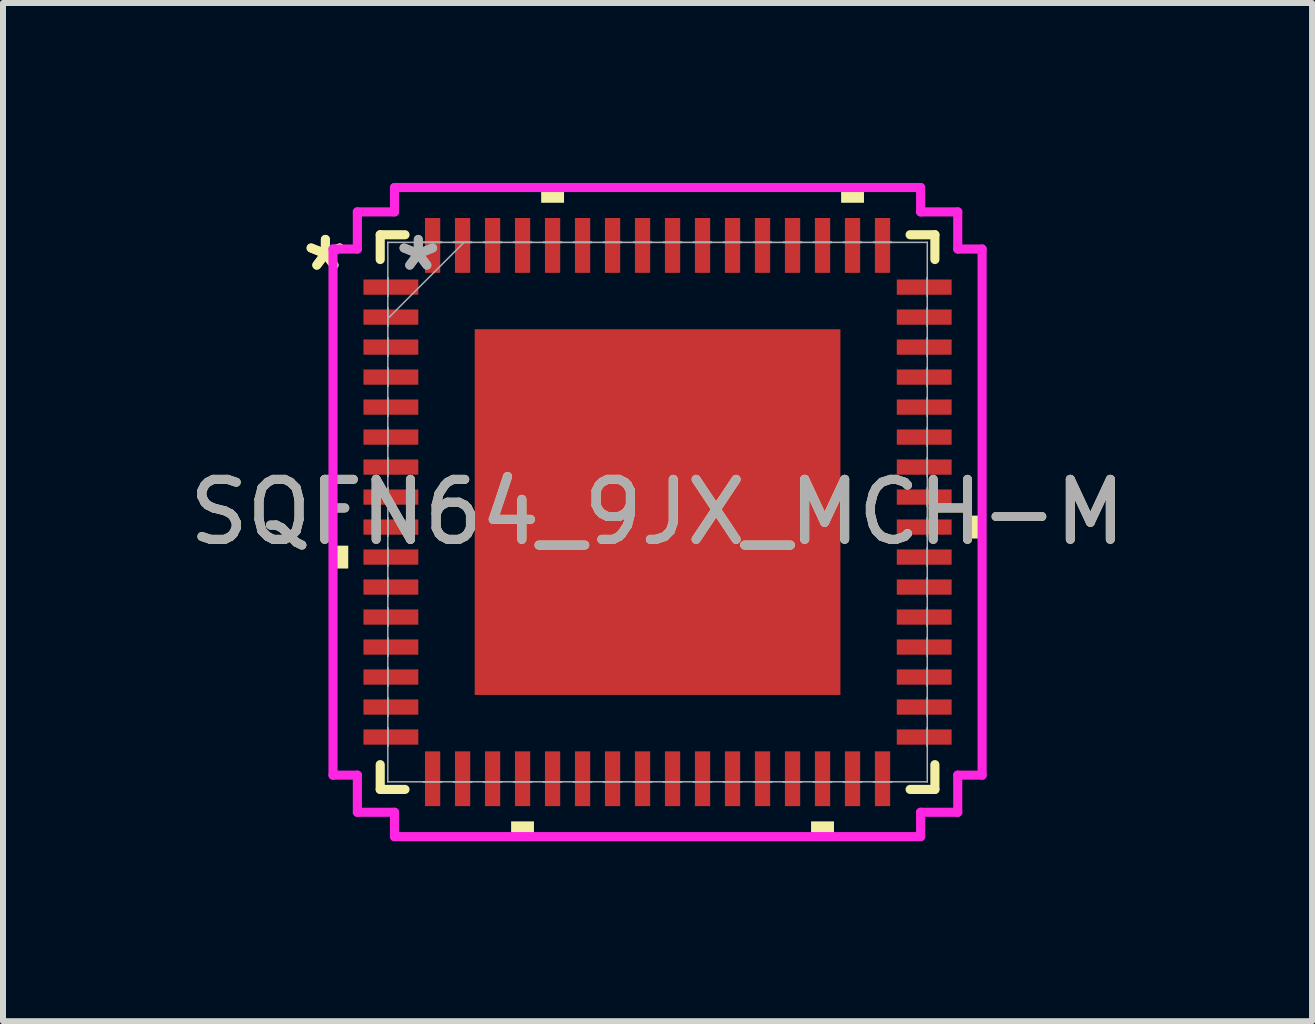
<source format=kicad_pcb>
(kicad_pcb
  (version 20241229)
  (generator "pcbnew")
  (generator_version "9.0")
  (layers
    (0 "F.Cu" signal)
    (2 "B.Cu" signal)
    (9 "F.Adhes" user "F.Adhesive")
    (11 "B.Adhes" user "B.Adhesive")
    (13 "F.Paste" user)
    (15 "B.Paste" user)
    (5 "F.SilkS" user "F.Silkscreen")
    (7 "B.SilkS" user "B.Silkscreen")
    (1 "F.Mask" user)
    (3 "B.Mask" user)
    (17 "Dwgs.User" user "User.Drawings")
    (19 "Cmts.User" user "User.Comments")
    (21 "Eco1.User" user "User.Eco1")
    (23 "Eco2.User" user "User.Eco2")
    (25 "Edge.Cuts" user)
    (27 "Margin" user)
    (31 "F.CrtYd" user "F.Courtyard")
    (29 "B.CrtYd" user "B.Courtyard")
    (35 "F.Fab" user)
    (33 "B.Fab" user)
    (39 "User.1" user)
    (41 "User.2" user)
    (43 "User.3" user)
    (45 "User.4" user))
  (footprint "SQFN64_9JX_MCH-M"
    (layer "F.Cu")
    (at 7.911 5.486)
    (property "Reference" "SQFN64_9JX_MCH-M" (at 0 0 0) (unlocked yes) (layer "F.SilkS") (effects (font (size 1 1) (thickness 0.15))))
    (attr smd)
    (fp_line (start -4.623 -4.623) (end -4.623 -4.21) (stroke (width 0.152) (type solid)) (layer "F.SilkS"))
    (fp_line (start -4.623 4.21) (end -4.623 4.623) (stroke (width 0.152) (type solid)) (layer "F.SilkS"))
    (fp_line (start -4.623 4.623) (end -4.21 4.623) (stroke (width 0.152) (type solid)) (layer "F.SilkS"))
    (fp_line (start -4.21 -4.623) (end -4.623 -4.623) (stroke (width 0.152) (type solid)) (layer "F.SilkS"))
    (fp_line (start 4.21 4.623) (end 4.623 4.623) (stroke (width 0.152) (type solid)) (layer "F.SilkS"))
    (fp_line (start 4.623 -4.623) (end 4.21 -4.623) (stroke (width 0.152) (type solid)) (layer "F.SilkS"))
    (fp_line (start 4.623 -4.21) (end 4.623 -4.623) (stroke (width 0.152) (type solid)) (layer "F.SilkS"))
    (fp_line (start 4.623 4.623) (end 4.623 4.21) (stroke (width 0.152) (type solid)) (layer "F.SilkS"))
    (fp_poly (pts (xy -5.41 0.56) (xy -5.41 0.941) (xy -5.156 0.941) (xy -5.156 0.56)) (stroke (width 0) (type solid)) (fill yes) (layer "F.SilkS"))
    (fp_poly (pts (xy -2.441 5.156) (xy -2.441 5.41) (xy -2.06 5.41) (xy -2.06 5.156)) (stroke (width 0) (type solid)) (fill yes) (layer "F.SilkS"))
    (fp_poly (pts (xy -1.94 -5.156) (xy -1.94 -5.41) (xy -1.559 -5.41) (xy -1.559 -5.156)) (stroke (width 0) (type solid)) (fill yes) (layer "F.SilkS"))
    (fp_poly (pts (xy 2.559 5.156) (xy 2.559 5.41) (xy 2.941 5.41) (xy 2.941 5.156)) (stroke (width 0) (type solid)) (fill yes) (layer "F.SilkS"))
    (fp_poly (pts (xy 3.06 -5.156) (xy 3.06 -5.41) (xy 3.441 -5.41) (xy 3.441 -5.156)) (stroke (width 0) (type solid)) (fill yes) (layer "F.SilkS"))
    (fp_poly (pts (xy 5.41 0.059) (xy 5.41 0.441) (xy 5.156 0.441) (xy 5.156 0.059)) (stroke (width 0) (type solid)) (fill yes) (layer "F.SilkS"))
    (fp_poly (pts (xy -2.948 -2.948) (xy -2.948 -1.624) (xy -1.624 -1.624) (xy -1.624 -2.948)) (stroke (width 0) (type solid)) (fill yes) (layer "F.Paste"))
    (fp_poly (pts (xy -2.948 -1.424) (xy -2.948 -0.1) (xy -1.624 -0.1) (xy -1.624 -1.424)) (stroke (width 0) (type solid)) (fill yes) (layer "F.Paste"))
    (fp_poly (pts (xy -2.948 0.1) (xy -2.948 1.424) (xy -1.624 1.424) (xy -1.624 0.1)) (stroke (width 0) (type solid)) (fill yes) (layer "F.Paste"))
    (fp_poly (pts (xy -2.948 1.624) (xy -2.948 2.948) (xy -1.624 2.948) (xy -1.624 1.624)) (stroke (width 0) (type solid)) (fill yes) (layer "F.Paste"))
    (fp_poly (pts (xy -1.424 -2.948) (xy -1.424 -1.624) (xy -0.1 -1.624) (xy -0.1 -2.948)) (stroke (width 0) (type solid)) (fill yes) (layer "F.Paste"))
    (fp_poly (pts (xy -1.424 -1.424) (xy -1.424 -0.1) (xy -0.1 -0.1) (xy -0.1 -1.424)) (stroke (width 0) (type solid)) (fill yes) (layer "F.Paste"))
    (fp_poly (pts (xy -1.424 0.1) (xy -1.424 1.424) (xy -0.1 1.424) (xy -0.1 0.1)) (stroke (width 0) (type solid)) (fill yes) (layer "F.Paste"))
    (fp_poly (pts (xy -1.424 1.624) (xy -1.424 2.948) (xy -0.1 2.948) (xy -0.1 1.624)) (stroke (width 0) (type solid)) (fill yes) (layer "F.Paste"))
    (fp_poly (pts (xy 0.1 -2.948) (xy 0.1 -1.624) (xy 1.424 -1.624) (xy 1.424 -2.948)) (stroke (width 0) (type solid)) (fill yes) (layer "F.Paste"))
    (fp_poly (pts (xy 0.1 -1.424) (xy 0.1 -0.1) (xy 1.424 -0.1) (xy 1.424 -1.424)) (stroke (width 0) (type solid)) (fill yes) (layer "F.Paste"))
    (fp_poly (pts (xy 0.1 0.1) (xy 0.1 1.424) (xy 1.424 1.424) (xy 1.424 0.1)) (stroke (width 0) (type solid)) (fill yes) (layer "F.Paste"))
    (fp_poly (pts (xy 0.1 1.624) (xy 0.1 2.948) (xy 1.424 2.948) (xy 1.424 1.624)) (stroke (width 0) (type solid)) (fill yes) (layer "F.Paste"))
    (fp_poly (pts (xy 1.624 -2.948) (xy 1.624 -1.624) (xy 2.948 -1.624) (xy 2.948 -2.948)) (stroke (width 0) (type solid)) (fill yes) (layer "F.Paste"))
    (fp_poly (pts (xy 1.624 -1.424) (xy 1.624 -0.1) (xy 2.948 -0.1) (xy 2.948 -1.424)) (stroke (width 0) (type solid)) (fill yes) (layer "F.Paste"))
    (fp_poly (pts (xy 1.624 0.1) (xy 1.624 1.424) (xy 2.948 1.424) (xy 2.948 0.1)) (stroke (width 0) (type solid)) (fill yes) (layer "F.Paste"))
    (fp_poly (pts (xy 1.624 1.624) (xy 1.624 2.948) (xy 2.948 2.948) (xy 2.948 1.624)) (stroke (width 0) (type solid)) (fill yes) (layer "F.Paste"))
    (fp_line (start -5.41 -4.385) (end -5.004 -4.385) (stroke (width 0.152) (type solid)) (layer "F.CrtYd"))
    (fp_line (start -5.41 4.385) (end -5.41 -4.385) (stroke (width 0.152) (type solid)) (layer "F.CrtYd"))
    (fp_line (start -5.004 -5.004) (end -4.385 -5.004) (stroke (width 0.152) (type solid)) (layer "F.CrtYd"))
    (fp_line (start -5.004 -4.385) (end -5.004 -5.004) (stroke (width 0.152) (type solid)) (layer "F.CrtYd"))
    (fp_line (start -5.004 4.385) (end -5.41 4.385) (stroke (width 0.152) (type solid)) (layer "F.CrtYd"))
    (fp_line (start -5.004 5.004) (end -5.004 4.385) (stroke (width 0.152) (type solid)) (layer "F.CrtYd"))
    (fp_line (start -4.385 -5.41) (end 4.385 -5.41) (stroke (width 0.152) (type solid)) (layer "F.CrtYd"))
    (fp_line (start -4.385 -5.004) (end -4.385 -5.41) (stroke (width 0.152) (type solid)) (layer "F.CrtYd"))
    (fp_line (start -4.385 5.004) (end -5.004 5.004) (stroke (width 0.152) (type solid)) (layer "F.CrtYd"))
    (fp_line (start -4.385 5.41) (end -4.385 5.004) (stroke (width 0.152) (type solid)) (layer "F.CrtYd"))
    (fp_line (start 4.385 -5.41) (end 4.385 -5.004) (stroke (width 0.152) (type solid)) (layer "F.CrtYd"))
    (fp_line (start 4.385 -5.004) (end 5.004 -5.004) (stroke (width 0.152) (type solid)) (layer "F.CrtYd"))
    (fp_line (start 4.385 5.004) (end 4.385 5.41) (stroke (width 0.152) (type solid)) (layer "F.CrtYd"))
    (fp_line (start 4.385 5.41) (end -4.385 5.41) (stroke (width 0.152) (type solid)) (layer "F.CrtYd"))
    (fp_line (start 5.004 -5.004) (end 5.004 -4.385) (stroke (width 0.152) (type solid)) (layer "F.CrtYd"))
    (fp_line (start 5.004 -4.385) (end 5.41 -4.385) (stroke (width 0.152) (type solid)) (layer "F.CrtYd"))
    (fp_line (start 5.004 4.385) (end 5.004 5.004) (stroke (width 0.152) (type solid)) (layer "F.CrtYd"))
    (fp_line (start 5.004 5.004) (end 4.385 5.004) (stroke (width 0.152) (type solid)) (layer "F.CrtYd"))
    (fp_line (start 5.41 -4.385) (end 5.41 4.385) (stroke (width 0.152) (type solid)) (layer "F.CrtYd"))
    (fp_line (start 5.41 4.385) (end 5.004 4.385) (stroke (width 0.152) (type solid)) (layer "F.CrtYd"))
    (fp_line (start -4.496 -4.496) (end -4.496 -4.496) (stroke (width 0.025) (type solid)) (layer "F.Fab"))
    (fp_line (start -4.496 -4.496) (end -4.496 4.496) (stroke (width 0.025) (type solid)) (layer "F.Fab"))
    (fp_line (start -4.496 -3.902) (end -4.496 -3.902) (stroke (width 0.025) (type solid)) (layer "F.Fab"))
    (fp_line (start -4.496 -3.902) (end -4.496 -3.598) (stroke (width 0.025) (type solid)) (layer "F.Fab"))
    (fp_line (start -4.496 -3.598) (end -4.496 -3.902) (stroke (width 0.025) (type solid)) (layer "F.Fab"))
    (fp_line (start -4.496 -3.598) (end -4.496 -3.598) (stroke (width 0.025) (type solid)) (layer "F.Fab"))
    (fp_line (start -4.496 -3.402) (end -4.496 -3.402) (stroke (width 0.025) (type solid)) (layer "F.Fab"))
    (fp_line (start -4.496 -3.402) (end -4.496 -3.098) (stroke (width 0.025) (type solid)) (layer "F.Fab"))
    (fp_line (start -4.496 -3.226) (end -3.226 -4.496) (stroke (width 0.025) (type solid)) (layer "F.Fab"))
    (fp_line (start -4.496 -3.098) (end -4.496 -3.402) (stroke (width 0.025) (type solid)) (layer "F.Fab"))
    (fp_line (start -4.496 -3.098) (end -4.496 -3.098) (stroke (width 0.025) (type solid)) (layer "F.Fab"))
    (fp_line (start -4.496 -2.902) (end -4.496 -2.902) (stroke (width 0.025) (type solid)) (layer "F.Fab"))
    (fp_line (start -4.496 -2.902) (end -4.496 -2.598) (stroke (width 0.025) (type solid)) (layer "F.Fab"))
    (fp_line (start -4.496 -2.598) (end -4.496 -2.902) (stroke (width 0.025) (type solid)) (layer "F.Fab"))
    (fp_line (start -4.496 -2.598) (end -4.496 -2.598) (stroke (width 0.025) (type solid)) (layer "F.Fab"))
    (fp_line (start -4.496 -2.402) (end -4.496 -2.402) (stroke (width 0.025) (type solid)) (layer "F.Fab"))
    (fp_line (start -4.496 -2.402) (end -4.496 -2.098) (stroke (width 0.025) (type solid)) (layer "F.Fab"))
    (fp_line (start -4.496 -2.098) (end -4.496 -2.402) (stroke (width 0.025) (type solid)) (layer "F.Fab"))
    (fp_line (start -4.496 -2.098) (end -4.496 -2.098) (stroke (width 0.025) (type solid)) (layer "F.Fab"))
    (fp_line (start -4.496 -1.902) (end -4.496 -1.902) (stroke (width 0.025) (type solid)) (layer "F.Fab"))
    (fp_line (start -4.496 -1.902) (end -4.496 -1.598) (stroke (width 0.025) (type solid)) (layer "F.Fab"))
    (fp_line (start -4.496 -1.598) (end -4.496 -1.902) (stroke (width 0.025) (type solid)) (layer "F.Fab"))
    (fp_line (start -4.496 -1.598) (end -4.496 -1.598) (stroke (width 0.025) (type solid)) (layer "F.Fab"))
    (fp_line (start -4.496 -1.402) (end -4.496 -1.402) (stroke (width 0.025) (type solid)) (layer "F.Fab"))
    (fp_line (start -4.496 -1.402) (end -4.496 -1.098) (stroke (width 0.025) (type solid)) (layer "F.Fab"))
    (fp_line (start -4.496 -1.098) (end -4.496 -1.402) (stroke (width 0.025) (type solid)) (layer "F.Fab"))
    (fp_line (start -4.496 -1.098) (end -4.496 -1.098) (stroke (width 0.025) (type solid)) (layer "F.Fab"))
    (fp_line (start -4.496 -0.902) (end -4.496 -0.902) (stroke (width 0.025) (type solid)) (layer "F.Fab"))
    (fp_line (start -4.496 -0.902) (end -4.496 -0.598) (stroke (width 0.025) (type solid)) (layer "F.Fab"))
    (fp_line (start -4.496 -0.598) (end -4.496 -0.902) (stroke (width 0.025) (type solid)) (layer "F.Fab"))
    (fp_line (start -4.496 -0.598) (end -4.496 -0.598) (stroke (width 0.025) (type solid)) (layer "F.Fab"))
    (fp_line (start -4.496 -0.402) (end -4.496 -0.402) (stroke (width 0.025) (type solid)) (layer "F.Fab"))
    (fp_line (start -4.496 -0.402) (end -4.496 -0.098) (stroke (width 0.025) (type solid)) (layer "F.Fab"))
    (fp_line (start -4.496 -0.098) (end -4.496 -0.402) (stroke (width 0.025) (type solid)) (layer "F.Fab"))
    (fp_line (start -4.496 -0.098) (end -4.496 -0.098) (stroke (width 0.025) (type solid)) (layer "F.Fab"))
    (fp_line (start -4.496 0.098) (end -4.496 0.098) (stroke (width 0.025) (type solid)) (layer "F.Fab"))
    (fp_line (start -4.496 0.098) (end -4.496 0.402) (stroke (width 0.025) (type solid)) (layer "F.Fab"))
    (fp_line (start -4.496 0.402) (end -4.496 0.098) (stroke (width 0.025) (type solid)) (layer "F.Fab"))
    (fp_line (start -4.496 0.402) (end -4.496 0.402) (stroke (width 0.025) (type solid)) (layer "F.Fab"))
    (fp_line (start -4.496 0.598) (end -4.496 0.598) (stroke (width 0.025) (type solid)) (layer "F.Fab"))
    (fp_line (start -4.496 0.598) (end -4.496 0.902) (stroke (width 0.025) (type solid)) (layer "F.Fab"))
    (fp_line (start -4.496 0.902) (end -4.496 0.598) (stroke (width 0.025) (type solid)) (layer "F.Fab"))
    (fp_line (start -4.496 0.902) (end -4.496 0.902) (stroke (width 0.025) (type solid)) (layer "F.Fab"))
    (fp_line (start -4.496 1.098) (end -4.496 1.098) (stroke (width 0.025) (type solid)) (layer "F.Fab"))
    (fp_line (start -4.496 1.098) (end -4.496 1.402) (stroke (width 0.025) (type solid)) (layer "F.Fab"))
    (fp_line (start -4.496 1.402) (end -4.496 1.098) (stroke (width 0.025) (type solid)) (layer "F.Fab"))
    (fp_line (start -4.496 1.402) (end -4.496 1.402) (stroke (width 0.025) (type solid)) (layer "F.Fab"))
    (fp_line (start -4.496 1.598) (end -4.496 1.598) (stroke (width 0.025) (type solid)) (layer "F.Fab"))
    (fp_line (start -4.496 1.598) (end -4.496 1.902) (stroke (width 0.025) (type solid)) (layer "F.Fab"))
    (fp_line (start -4.496 1.902) (end -4.496 1.598) (stroke (width 0.025) (type solid)) (layer "F.Fab"))
    (fp_line (start -4.496 1.902) (end -4.496 1.902) (stroke (width 0.025) (type solid)) (layer "F.Fab"))
    (fp_line (start -4.496 2.098) (end -4.496 2.098) (stroke (width 0.025) (type solid)) (layer "F.Fab"))
    (fp_line (start -4.496 2.098) (end -4.496 2.402) (stroke (width 0.025) (type solid)) (layer "F.Fab"))
    (fp_line (start -4.496 2.402) (end -4.496 2.098) (stroke (width 0.025) (type solid)) (layer "F.Fab"))
    (fp_line (start -4.496 2.402) (end -4.496 2.402) (stroke (width 0.025) (type solid)) (layer "F.Fab"))
    (fp_line (start -4.496 2.598) (end -4.496 2.598) (stroke (width 0.025) (type solid)) (layer "F.Fab"))
    (fp_line (start -4.496 2.598) (end -4.496 2.902) (stroke (width 0.025) (type solid)) (layer "F.Fab"))
    (fp_line (start -4.496 2.902) (end -4.496 2.598) (stroke (width 0.025) (type solid)) (layer "F.Fab"))
    (fp_line (start -4.496 2.902) (end -4.496 2.902) (stroke (width 0.025) (type solid)) (layer "F.Fab"))
    (fp_line (start -4.496 3.098) (end -4.496 3.098) (stroke (width 0.025) (type solid)) (layer "F.Fab"))
    (fp_line (start -4.496 3.098) (end -4.496 3.402) (stroke (width 0.025) (type solid)) (layer "F.Fab"))
    (fp_line (start -4.496 3.402) (end -4.496 3.098) (stroke (width 0.025) (type solid)) (layer "F.Fab"))
    (fp_line (start -4.496 3.402) (end -4.496 3.402) (stroke (width 0.025) (type solid)) (layer "F.Fab"))
    (fp_line (start -4.496 3.598) (end -4.496 3.598) (stroke (width 0.025) (type solid)) (layer "F.Fab"))
    (fp_line (start -4.496 3.598) (end -4.496 3.902) (stroke (width 0.025) (type solid)) (layer "F.Fab"))
    (fp_line (start -4.496 3.902) (end -4.496 3.598) (stroke (width 0.025) (type solid)) (layer "F.Fab"))
    (fp_line (start -4.496 3.902) (end -4.496 3.902) (stroke (width 0.025) (type solid)) (layer "F.Fab"))
    (fp_line (start -4.496 4.496) (end -4.496 4.496) (stroke (width 0.025) (type solid)) (layer "F.Fab"))
    (fp_line (start -4.496 4.496) (end 4.496 4.496) (stroke (width 0.025) (type solid)) (layer "F.Fab"))
    (fp_line (start -3.902 -4.496) (end -3.902 -4.496) (stroke (width 0.025) (type solid)) (layer "F.Fab"))
    (fp_line (start -3.902 -4.496) (end -3.598 -4.496) (stroke (width 0.025) (type solid)) (layer "F.Fab"))
    (fp_line (start -3.902 4.496) (end -3.902 4.496) (stroke (width 0.025) (type solid)) (layer "F.Fab"))
    (fp_line (start -3.902 4.496) (end -3.598 4.496) (stroke (width 0.025) (type solid)) (layer "F.Fab"))
    (fp_line (start -3.598 -4.496) (end -3.902 -4.496) (stroke (width 0.025) (type solid)) (layer "F.Fab"))
    (fp_line (start -3.598 -4.496) (end -3.598 -4.496) (stroke (width 0.025) (type solid)) (layer "F.Fab"))
    (fp_line (start -3.598 4.496) (end -3.902 4.496) (stroke (width 0.025) (type solid)) (layer "F.Fab"))
    (fp_line (start -3.598 4.496) (end -3.598 4.496) (stroke (width 0.025) (type solid)) (layer "F.Fab"))
    (fp_line (start -3.402 -4.496) (end -3.402 -4.496) (stroke (width 0.025) (type solid)) (layer "F.Fab"))
    (fp_line (start -3.402 -4.496) (end -3.098 -4.496) (stroke (width 0.025) (type solid)) (layer "F.Fab"))
    (fp_line (start -3.402 4.496) (end -3.402 4.496) (stroke (width 0.025) (type solid)) (layer "F.Fab"))
    (fp_line (start -3.402 4.496) (end -3.098 4.496) (stroke (width 0.025) (type solid)) (layer "F.Fab"))
    (fp_line (start -3.098 -4.496) (end -3.402 -4.496) (stroke (width 0.025) (type solid)) (layer "F.Fab"))
    (fp_line (start -3.098 -4.496) (end -3.098 -4.496) (stroke (width 0.025) (type solid)) (layer "F.Fab"))
    (fp_line (start -3.098 4.496) (end -3.402 4.496) (stroke (width 0.025) (type solid)) (layer "F.Fab"))
    (fp_line (start -3.098 4.496) (end -3.098 4.496) (stroke (width 0.025) (type solid)) (layer "F.Fab"))
    (fp_line (start -2.902 -4.496) (end -2.902 -4.496) (stroke (width 0.025) (type solid)) (layer "F.Fab"))
    (fp_line (start -2.902 -4.496) (end -2.598 -4.496) (stroke (width 0.025) (type solid)) (layer "F.Fab"))
    (fp_line (start -2.902 4.496) (end -2.902 4.496) (stroke (width 0.025) (type solid)) (layer "F.Fab"))
    (fp_line (start -2.902 4.496) (end -2.598 4.496) (stroke (width 0.025) (type solid)) (layer "F.Fab"))
    (fp_line (start -2.598 -4.496) (end -2.902 -4.496) (stroke (width 0.025) (type solid)) (layer "F.Fab"))
    (fp_line (start -2.598 -4.496) (end -2.598 -4.496) (stroke (width 0.025) (type solid)) (layer "F.Fab"))
    (fp_line (start -2.598 4.496) (end -2.902 4.496) (stroke (width 0.025) (type solid)) (layer "F.Fab"))
    (fp_line (start -2.598 4.496) (end -2.598 4.496) (stroke (width 0.025) (type solid)) (layer "F.Fab"))
    (fp_line (start -2.402 -4.496) (end -2.402 -4.496) (stroke (width 0.025) (type solid)) (layer "F.Fab"))
    (fp_line (start -2.402 -4.496) (end -2.098 -4.496) (stroke (width 0.025) (type solid)) (layer "F.Fab"))
    (fp_line (start -2.402 4.496) (end -2.402 4.496) (stroke (width 0.025) (type solid)) (layer "F.Fab"))
    (fp_line (start -2.402 4.496) (end -2.098 4.496) (stroke (width 0.025) (type solid)) (layer "F.Fab"))
    (fp_line (start -2.098 -4.496) (end -2.402 -4.496) (stroke (width 0.025) (type solid)) (layer "F.Fab"))
    (fp_line (start -2.098 -4.496) (end -2.098 -4.496) (stroke (width 0.025) (type solid)) (layer "F.Fab"))
    (fp_line (start -2.098 4.496) (end -2.402 4.496) (stroke (width 0.025) (type solid)) (layer "F.Fab"))
    (fp_line (start -2.098 4.496) (end -2.098 4.496) (stroke (width 0.025) (type solid)) (layer "F.Fab"))
    (fp_line (start -1.902 -4.496) (end -1.902 -4.496) (stroke (width 0.025) (type solid)) (layer "F.Fab"))
    (fp_line (start -1.902 -4.496) (end -1.598 -4.496) (stroke (width 0.025) (type solid)) (layer "F.Fab"))
    (fp_line (start -1.902 4.496) (end -1.902 4.496) (stroke (width 0.025) (type solid)) (layer "F.Fab"))
    (fp_line (start -1.902 4.496) (end -1.598 4.496) (stroke (width 0.025) (type solid)) (layer "F.Fab"))
    (fp_line (start -1.598 -4.496) (end -1.902 -4.496) (stroke (width 0.025) (type solid)) (layer "F.Fab"))
    (fp_line (start -1.598 -4.496) (end -1.598 -4.496) (stroke (width 0.025) (type solid)) (layer "F.Fab"))
    (fp_line (start -1.598 4.496) (end -1.902 4.496) (stroke (width 0.025) (type solid)) (layer "F.Fab"))
    (fp_line (start -1.598 4.496) (end -1.598 4.496) (stroke (width 0.025) (type solid)) (layer "F.Fab"))
    (fp_line (start -1.402 -4.496) (end -1.402 -4.496) (stroke (width 0.025) (type solid)) (layer "F.Fab"))
    (fp_line (start -1.402 -4.496) (end -1.098 -4.496) (stroke (width 0.025) (type solid)) (layer "F.Fab"))
    (fp_line (start -1.402 4.496) (end -1.402 4.496) (stroke (width 0.025) (type solid)) (layer "F.Fab"))
    (fp_line (start -1.402 4.496) (end -1.098 4.496) (stroke (width 0.025) (type solid)) (layer "F.Fab"))
    (fp_line (start -1.098 -4.496) (end -1.402 -4.496) (stroke (width 0.025) (type solid)) (layer "F.Fab"))
    (fp_line (start -1.098 -4.496) (end -1.098 -4.496) (stroke (width 0.025) (type solid)) (layer "F.Fab"))
    (fp_line (start -1.098 4.496) (end -1.402 4.496) (stroke (width 0.025) (type solid)) (layer "F.Fab"))
    (fp_line (start -1.098 4.496) (end -1.098 4.496) (stroke (width 0.025) (type solid)) (layer "F.Fab"))
    (fp_line (start -0.902 -4.496) (end -0.902 -4.496) (stroke (width 0.025) (type solid)) (layer "F.Fab"))
    (fp_line (start -0.902 -4.496) (end -0.598 -4.496) (stroke (width 0.025) (type solid)) (layer "F.Fab"))
    (fp_line (start -0.902 4.496) (end -0.902 4.496) (stroke (width 0.025) (type solid)) (layer "F.Fab"))
    (fp_line (start -0.902 4.496) (end -0.598 4.496) (stroke (width 0.025) (type solid)) (layer "F.Fab"))
    (fp_line (start -0.598 -4.496) (end -0.902 -4.496) (stroke (width 0.025) (type solid)) (layer "F.Fab"))
    (fp_line (start -0.598 -4.496) (end -0.598 -4.496) (stroke (width 0.025) (type solid)) (layer "F.Fab"))
    (fp_line (start -0.598 4.496) (end -0.902 4.496) (stroke (width 0.025) (type solid)) (layer "F.Fab"))
    (fp_line (start -0.598 4.496) (end -0.598 4.496) (stroke (width 0.025) (type solid)) (layer "F.Fab"))
    (fp_line (start -0.402 -4.496) (end -0.402 -4.496) (stroke (width 0.025) (type solid)) (layer "F.Fab"))
    (fp_line (start -0.402 -4.496) (end -0.098 -4.496) (stroke (width 0.025) (type solid)) (layer "F.Fab"))
    (fp_line (start -0.402 4.496) (end -0.402 4.496) (stroke (width 0.025) (type solid)) (layer "F.Fab"))
    (fp_line (start -0.402 4.496) (end -0.098 4.496) (stroke (width 0.025) (type solid)) (layer "F.Fab"))
    (fp_line (start -0.098 -4.496) (end -0.402 -4.496) (stroke (width 0.025) (type solid)) (layer "F.Fab"))
    (fp_line (start -0.098 -4.496) (end -0.098 -4.496) (stroke (width 0.025) (type solid)) (layer "F.Fab"))
    (fp_line (start -0.098 4.496) (end -0.402 4.496) (stroke (width 0.025) (type solid)) (layer "F.Fab"))
    (fp_line (start -0.098 4.496) (end -0.098 4.496) (stroke (width 0.025) (type solid)) (layer "F.Fab"))
    (fp_line (start 0.098 -4.496) (end 0.098 -4.496) (stroke (width 0.025) (type solid)) (layer "F.Fab"))
    (fp_line (start 0.098 -4.496) (end 0.402 -4.496) (stroke (width 0.025) (type solid)) (layer "F.Fab"))
    (fp_line (start 0.098 4.496) (end 0.098 4.496) (stroke (width 0.025) (type solid)) (layer "F.Fab"))
    (fp_line (start 0.098 4.496) (end 0.402 4.496) (stroke (width 0.025) (type solid)) (layer "F.Fab"))
    (fp_line (start 0.402 -4.496) (end 0.098 -4.496) (stroke (width 0.025) (type solid)) (layer "F.Fab"))
    (fp_line (start 0.402 -4.496) (end 0.402 -4.496) (stroke (width 0.025) (type solid)) (layer "F.Fab"))
    (fp_line (start 0.402 4.496) (end 0.098 4.496) (stroke (width 0.025) (type solid)) (layer "F.Fab"))
    (fp_line (start 0.402 4.496) (end 0.402 4.496) (stroke (width 0.025) (type solid)) (layer "F.Fab"))
    (fp_line (start 0.598 -4.496) (end 0.598 -4.496) (stroke (width 0.025) (type solid)) (layer "F.Fab"))
    (fp_line (start 0.598 -4.496) (end 0.902 -4.496) (stroke (width 0.025) (type solid)) (layer "F.Fab"))
    (fp_line (start 0.598 4.496) (end 0.598 4.496) (stroke (width 0.025) (type solid)) (layer "F.Fab"))
    (fp_line (start 0.598 4.496) (end 0.902 4.496) (stroke (width 0.025) (type solid)) (layer "F.Fab"))
    (fp_line (start 0.902 -4.496) (end 0.598 -4.496) (stroke (width 0.025) (type solid)) (layer "F.Fab"))
    (fp_line (start 0.902 -4.496) (end 0.902 -4.496) (stroke (width 0.025) (type solid)) (layer "F.Fab"))
    (fp_line (start 0.902 4.496) (end 0.598 4.496) (stroke (width 0.025) (type solid)) (layer "F.Fab"))
    (fp_line (start 0.902 4.496) (end 0.902 4.496) (stroke (width 0.025) (type solid)) (layer "F.Fab"))
    (fp_line (start 1.098 -4.496) (end 1.098 -4.496) (stroke (width 0.025) (type solid)) (layer "F.Fab"))
    (fp_line (start 1.098 -4.496) (end 1.402 -4.496) (stroke (width 0.025) (type solid)) (layer "F.Fab"))
    (fp_line (start 1.098 4.496) (end 1.098 4.496) (stroke (width 0.025) (type solid)) (layer "F.Fab"))
    (fp_line (start 1.098 4.496) (end 1.402 4.496) (stroke (width 0.025) (type solid)) (layer "F.Fab"))
    (fp_line (start 1.402 -4.496) (end 1.098 -4.496) (stroke (width 0.025) (type solid)) (layer "F.Fab"))
    (fp_line (start 1.402 -4.496) (end 1.402 -4.496) (stroke (width 0.025) (type solid)) (layer "F.Fab"))
    (fp_line (start 1.402 4.496) (end 1.098 4.496) (stroke (width 0.025) (type solid)) (layer "F.Fab"))
    (fp_line (start 1.402 4.496) (end 1.402 4.496) (stroke (width 0.025) (type solid)) (layer "F.Fab"))
    (fp_line (start 1.598 -4.496) (end 1.598 -4.496) (stroke (width 0.025) (type solid)) (layer "F.Fab"))
    (fp_line (start 1.598 -4.496) (end 1.902 -4.496) (stroke (width 0.025) (type solid)) (layer "F.Fab"))
    (fp_line (start 1.598 4.496) (end 1.598 4.496) (stroke (width 0.025) (type solid)) (layer "F.Fab"))
    (fp_line (start 1.598 4.496) (end 1.902 4.496) (stroke (width 0.025) (type solid)) (layer "F.Fab"))
    (fp_line (start 1.902 -4.496) (end 1.598 -4.496) (stroke (width 0.025) (type solid)) (layer "F.Fab"))
    (fp_line (start 1.902 -4.496) (end 1.902 -4.496) (stroke (width 0.025) (type solid)) (layer "F.Fab"))
    (fp_line (start 1.902 4.496) (end 1.598 4.496) (stroke (width 0.025) (type solid)) (layer "F.Fab"))
    (fp_line (start 1.902 4.496) (end 1.902 4.496) (stroke (width 0.025) (type solid)) (layer "F.Fab"))
    (fp_line (start 2.098 -4.496) (end 2.098 -4.496) (stroke (width 0.025) (type solid)) (layer "F.Fab"))
    (fp_line (start 2.098 -4.496) (end 2.402 -4.496) (stroke (width 0.025) (type solid)) (layer "F.Fab"))
    (fp_line (start 2.098 4.496) (end 2.098 4.496) (stroke (width 0.025) (type solid)) (layer "F.Fab"))
    (fp_line (start 2.098 4.496) (end 2.402 4.496) (stroke (width 0.025) (type solid)) (layer "F.Fab"))
    (fp_line (start 2.402 -4.496) (end 2.098 -4.496) (stroke (width 0.025) (type solid)) (layer "F.Fab"))
    (fp_line (start 2.402 -4.496) (end 2.402 -4.496) (stroke (width 0.025) (type solid)) (layer "F.Fab"))
    (fp_line (start 2.402 4.496) (end 2.098 4.496) (stroke (width 0.025) (type solid)) (layer "F.Fab"))
    (fp_line (start 2.402 4.496) (end 2.402 4.496) (stroke (width 0.025) (type solid)) (layer "F.Fab"))
    (fp_line (start 2.598 -4.496) (end 2.598 -4.496) (stroke (width 0.025) (type solid)) (layer "F.Fab"))
    (fp_line (start 2.598 -4.496) (end 2.902 -4.496) (stroke (width 0.025) (type solid)) (layer "F.Fab"))
    (fp_line (start 2.598 4.496) (end 2.598 4.496) (stroke (width 0.025) (type solid)) (layer "F.Fab"))
    (fp_line (start 2.598 4.496) (end 2.902 4.496) (stroke (width 0.025) (type solid)) (layer "F.Fab"))
    (fp_line (start 2.902 -4.496) (end 2.598 -4.496) (stroke (width 0.025) (type solid)) (layer "F.Fab"))
    (fp_line (start 2.902 -4.496) (end 2.902 -4.496) (stroke (width 0.025) (type solid)) (layer "F.Fab"))
    (fp_line (start 2.902 4.496) (end 2.598 4.496) (stroke (width 0.025) (type solid)) (layer "F.Fab"))
    (fp_line (start 2.902 4.496) (end 2.902 4.496) (stroke (width 0.025) (type solid)) (layer "F.Fab"))
    (fp_line (start 3.098 -4.496) (end 3.098 -4.496) (stroke (width 0.025) (type solid)) (layer "F.Fab"))
    (fp_line (start 3.098 -4.496) (end 3.402 -4.496) (stroke (width 0.025) (type solid)) (layer "F.Fab"))
    (fp_line (start 3.098 4.496) (end 3.098 4.496) (stroke (width 0.025) (type solid)) (layer "F.Fab"))
    (fp_line (start 3.098 4.496) (end 3.402 4.496) (stroke (width 0.025) (type solid)) (layer "F.Fab"))
    (fp_line (start 3.402 -4.496) (end 3.098 -4.496) (stroke (width 0.025) (type solid)) (layer "F.Fab"))
    (fp_line (start 3.402 -4.496) (end 3.402 -4.496) (stroke (width 0.025) (type solid)) (layer "F.Fab"))
    (fp_line (start 3.402 4.496) (end 3.098 4.496) (stroke (width 0.025) (type solid)) (layer "F.Fab"))
    (fp_line (start 3.402 4.496) (end 3.402 4.496) (stroke (width 0.025) (type solid)) (layer "F.Fab"))
    (fp_line (start 3.598 -4.496) (end 3.598 -4.496) (stroke (width 0.025) (type solid)) (layer "F.Fab"))
    (fp_line (start 3.598 -4.496) (end 3.902 -4.496) (stroke (width 0.025) (type solid)) (layer "F.Fab"))
    (fp_line (start 3.598 4.496) (end 3.598 4.496) (stroke (width 0.025) (type solid)) (layer "F.Fab"))
    (fp_line (start 3.598 4.496) (end 3.902 4.496) (stroke (width 0.025) (type solid)) (layer "F.Fab"))
    (fp_line (start 3.902 -4.496) (end 3.598 -4.496) (stroke (width 0.025) (type solid)) (layer "F.Fab"))
    (fp_line (start 3.902 -4.496) (end 3.902 -4.496) (stroke (width 0.025) (type solid)) (layer "F.Fab"))
    (fp_line (start 3.902 4.496) (end 3.598 4.496) (stroke (width 0.025) (type solid)) (layer "F.Fab"))
    (fp_line (start 3.902 4.496) (end 3.902 4.496) (stroke (width 0.025) (type solid)) (layer "F.Fab"))
    (fp_line (start 4.496 -4.496) (end -4.496 -4.496) (stroke (width 0.025) (type solid)) (layer "F.Fab"))
    (fp_line (start 4.496 -4.496) (end 4.496 -4.496) (stroke (width 0.025) (type solid)) (layer "F.Fab"))
    (fp_line (start 4.496 -3.902) (end 4.496 -3.902) (stroke (width 0.025) (type solid)) (layer "F.Fab"))
    (fp_line (start 4.496 -3.902) (end 4.496 -3.598) (stroke (width 0.025) (type solid)) (layer "F.Fab"))
    (fp_line (start 4.496 -3.598) (end 4.496 -3.902) (stroke (width 0.025) (type solid)) (layer "F.Fab"))
    (fp_line (start 4.496 -3.598) (end 4.496 -3.598) (stroke (width 0.025) (type solid)) (layer "F.Fab"))
    (fp_line (start 4.496 -3.402) (end 4.496 -3.402) (stroke (width 0.025) (type solid)) (layer "F.Fab"))
    (fp_line (start 4.496 -3.402) (end 4.496 -3.098) (stroke (width 0.025) (type solid)) (layer "F.Fab"))
    (fp_line (start 4.496 -3.098) (end 4.496 -3.402) (stroke (width 0.025) (type solid)) (layer "F.Fab"))
    (fp_line (start 4.496 -3.098) (end 4.496 -3.098) (stroke (width 0.025) (type solid)) (layer "F.Fab"))
    (fp_line (start 4.496 -2.902) (end 4.496 -2.902) (stroke (width 0.025) (type solid)) (layer "F.Fab"))
    (fp_line (start 4.496 -2.902) (end 4.496 -2.598) (stroke (width 0.025) (type solid)) (layer "F.Fab"))
    (fp_line (start 4.496 -2.598) (end 4.496 -2.902) (stroke (width 0.025) (type solid)) (layer "F.Fab"))
    (fp_line (start 4.496 -2.598) (end 4.496 -2.598) (stroke (width 0.025) (type solid)) (layer "F.Fab"))
    (fp_line (start 4.496 -2.402) (end 4.496 -2.402) (stroke (width 0.025) (type solid)) (layer "F.Fab"))
    (fp_line (start 4.496 -2.402) (end 4.496 -2.098) (stroke (width 0.025) (type solid)) (layer "F.Fab"))
    (fp_line (start 4.496 -2.098) (end 4.496 -2.402) (stroke (width 0.025) (type solid)) (layer "F.Fab"))
    (fp_line (start 4.496 -2.098) (end 4.496 -2.098) (stroke (width 0.025) (type solid)) (layer "F.Fab"))
    (fp_line (start 4.496 -1.902) (end 4.496 -1.902) (stroke (width 0.025) (type solid)) (layer "F.Fab"))
    (fp_line (start 4.496 -1.902) (end 4.496 -1.598) (stroke (width 0.025) (type solid)) (layer "F.Fab"))
    (fp_line (start 4.496 -1.598) (end 4.496 -1.902) (stroke (width 0.025) (type solid)) (layer "F.Fab"))
    (fp_line (start 4.496 -1.598) (end 4.496 -1.598) (stroke (width 0.025) (type solid)) (layer "F.Fab"))
    (fp_line (start 4.496 -1.402) (end 4.496 -1.402) (stroke (width 0.025) (type solid)) (layer "F.Fab"))
    (fp_line (start 4.496 -1.402) (end 4.496 -1.098) (stroke (width 0.025) (type solid)) (layer "F.Fab"))
    (fp_line (start 4.496 -1.098) (end 4.496 -1.402) (stroke (width 0.025) (type solid)) (layer "F.Fab"))
    (fp_line (start 4.496 -1.098) (end 4.496 -1.098) (stroke (width 0.025) (type solid)) (layer "F.Fab"))
    (fp_line (start 4.496 -0.902) (end 4.496 -0.902) (stroke (width 0.025) (type solid)) (layer "F.Fab"))
    (fp_line (start 4.496 -0.902) (end 4.496 -0.598) (stroke (width 0.025) (type solid)) (layer "F.Fab"))
    (fp_line (start 4.496 -0.598) (end 4.496 -0.902) (stroke (width 0.025) (type solid)) (layer "F.Fab"))
    (fp_line (start 4.496 -0.598) (end 4.496 -0.598) (stroke (width 0.025) (type solid)) (layer "F.Fab"))
    (fp_line (start 4.496 -0.402) (end 4.496 -0.402) (stroke (width 0.025) (type solid)) (layer "F.Fab"))
    (fp_line (start 4.496 -0.402) (end 4.496 -0.098) (stroke (width 0.025) (type solid)) (layer "F.Fab"))
    (fp_line (start 4.496 -0.098) (end 4.496 -0.402) (stroke (width 0.025) (type solid)) (layer "F.Fab"))
    (fp_line (start 4.496 -0.098) (end 4.496 -0.098) (stroke (width 0.025) (type solid)) (layer "F.Fab"))
    (fp_line (start 4.496 0.098) (end 4.496 0.098) (stroke (width 0.025) (type solid)) (layer "F.Fab"))
    (fp_line (start 4.496 0.098) (end 4.496 0.402) (stroke (width 0.025) (type solid)) (layer "F.Fab"))
    (fp_line (start 4.496 0.402) (end 4.496 0.098) (stroke (width 0.025) (type solid)) (layer "F.Fab"))
    (fp_line (start 4.496 0.402) (end 4.496 0.402) (stroke (width 0.025) (type solid)) (layer "F.Fab"))
    (fp_line (start 4.496 0.598) (end 4.496 0.598) (stroke (width 0.025) (type solid)) (layer "F.Fab"))
    (fp_line (start 4.496 0.598) (end 4.496 0.902) (stroke (width 0.025) (type solid)) (layer "F.Fab"))
    (fp_line (start 4.496 0.902) (end 4.496 0.598) (stroke (width 0.025) (type solid)) (layer "F.Fab"))
    (fp_line (start 4.496 0.902) (end 4.496 0.902) (stroke (width 0.025) (type solid)) (layer "F.Fab"))
    (fp_line (start 4.496 1.098) (end 4.496 1.098) (stroke (width 0.025) (type solid)) (layer "F.Fab"))
    (fp_line (start 4.496 1.098) (end 4.496 1.402) (stroke (width 0.025) (type solid)) (layer "F.Fab"))
    (fp_line (start 4.496 1.402) (end 4.496 1.098) (stroke (width 0.025) (type solid)) (layer "F.Fab"))
    (fp_line (start 4.496 1.402) (end 4.496 1.402) (stroke (width 0.025) (type solid)) (layer "F.Fab"))
    (fp_line (start 4.496 1.598) (end 4.496 1.598) (stroke (width 0.025) (type solid)) (layer "F.Fab"))
    (fp_line (start 4.496 1.598) (end 4.496 1.902) (stroke (width 0.025) (type solid)) (layer "F.Fab"))
    (fp_line (start 4.496 1.902) (end 4.496 1.598) (stroke (width 0.025) (type solid)) (layer "F.Fab"))
    (fp_line (start 4.496 1.902) (end 4.496 1.902) (stroke (width 0.025) (type solid)) (layer "F.Fab"))
    (fp_line (start 4.496 2.098) (end 4.496 2.098) (stroke (width 0.025) (type solid)) (layer "F.Fab"))
    (fp_line (start 4.496 2.098) (end 4.496 2.402) (stroke (width 0.025) (type solid)) (layer "F.Fab"))
    (fp_line (start 4.496 2.402) (end 4.496 2.098) (stroke (width 0.025) (type solid)) (layer "F.Fab"))
    (fp_line (start 4.496 2.402) (end 4.496 2.402) (stroke (width 0.025) (type solid)) (layer "F.Fab"))
    (fp_line (start 4.496 2.598) (end 4.496 2.598) (stroke (width 0.025) (type solid)) (layer "F.Fab"))
    (fp_line (start 4.496 2.598) (end 4.496 2.902) (stroke (width 0.025) (type solid)) (layer "F.Fab"))
    (fp_line (start 4.496 2.902) (end 4.496 2.598) (stroke (width 0.025) (type solid)) (layer "F.Fab"))
    (fp_line (start 4.496 2.902) (end 4.496 2.902) (stroke (width 0.025) (type solid)) (layer "F.Fab"))
    (fp_line (start 4.496 3.098) (end 4.496 3.098) (stroke (width 0.025) (type solid)) (layer "F.Fab"))
    (fp_line (start 4.496 3.098) (end 4.496 3.402) (stroke (width 0.025) (type solid)) (layer "F.Fab"))
    (fp_line (start 4.496 3.402) (end 4.496 3.098) (stroke (width 0.025) (type solid)) (layer "F.Fab"))
    (fp_line (start 4.496 3.402) (end 4.496 3.402) (stroke (width 0.025) (type solid)) (layer "F.Fab"))
    (fp_line (start 4.496 3.598) (end 4.496 3.598) (stroke (width 0.025) (type solid)) (layer "F.Fab"))
    (fp_line (start 4.496 3.598) (end 4.496 3.902) (stroke (width 0.025) (type solid)) (layer "F.Fab"))
    (fp_line (start 4.496 3.902) (end 4.496 3.598) (stroke (width 0.025) (type solid)) (layer "F.Fab"))
    (fp_line (start 4.496 3.902) (end 4.496 3.902) (stroke (width 0.025) (type solid)) (layer "F.Fab"))
    (fp_line (start 4.496 4.496) (end 4.496 -4.496) (stroke (width 0.025) (type solid)) (layer "F.Fab"))
    (fp_line (start 4.496 4.496) (end 4.496 4.496) (stroke (width 0.025) (type solid)) (layer "F.Fab"))
    (fp_text user "*" (at -5.537 -4 0) (unlocked yes) (layer "F.SilkS") (effects (font (size 1 1) (thickness 0.15))))
    (fp_text user "*" (at -5.537 -4 0) (layer "F.SilkS") (effects (font (size 1 1) (thickness 0.15))))
    (fp_text user "*" (at -3.988 -4 0) (unlocked yes) (layer "F.Fab") (effects (font (size 1 1) (thickness 0.15))))
    (fp_text user "${REFERENCE}" (at 0 0 0) (unlocked yes) (layer "F.Fab") (effects (font (size 1 1) (thickness 0.15))))
    (fp_text user "*" (at -3.988 -4 0) (layer "F.Fab") (effects (font (size 1 1) (thickness 0.15))))
    (pad "1" smd rect (at -4.445 -3.75 90) (size 0.254 0.914) (layers "F.Cu" "F.Mask" "F.Paste"))
    (pad "2" smd rect (at -4.445 -3.25 90) (size 0.254 0.914) (layers "F.Cu" "F.Mask" "F.Paste"))
    (pad "3" smd rect (at -4.445 -2.75 90) (size 0.254 0.914) (layers "F.Cu" "F.Mask" "F.Paste"))
    (pad "4" smd rect (at -4.445 -2.25 90) (size 0.254 0.914) (layers "F.Cu" "F.Mask" "F.Paste"))
    (pad "5" smd rect (at -4.445 -1.75 90) (size 0.254 0.914) (layers "F.Cu" "F.Mask" "F.Paste"))
    (pad "6" smd rect (at -4.445 -1.25 90) (size 0.254 0.914) (layers "F.Cu" "F.Mask" "F.Paste"))
    (pad "7" smd rect (at -4.445 -0.75 90) (size 0.254 0.914) (layers "F.Cu" "F.Mask" "F.Paste"))
    (pad "8" smd rect (at -4.445 -0.25 90) (size 0.254 0.914) (layers "F.Cu" "F.Mask" "F.Paste"))
    (pad "9" smd rect (at -4.445 0.25 90) (size 0.254 0.914) (layers "F.Cu" "F.Mask" "F.Paste"))
    (pad "10" smd rect (at -4.445 0.75 90) (size 0.254 0.914) (layers "F.Cu" "F.Mask" "F.Paste"))
    (pad "11" smd rect (at -4.445 1.25 90) (size 0.254 0.914) (layers "F.Cu" "F.Mask" "F.Paste"))
    (pad "12" smd rect (at -4.445 1.75 90) (size 0.254 0.914) (layers "F.Cu" "F.Mask" "F.Paste"))
    (pad "13" smd rect (at -4.445 2.25 90) (size 0.254 0.914) (layers "F.Cu" "F.Mask" "F.Paste"))
    (pad "14" smd rect (at -4.445 2.75 90) (size 0.254 0.914) (layers "F.Cu" "F.Mask" "F.Paste"))
    (pad "15" smd rect (at -4.445 3.25 90) (size 0.254 0.914) (layers "F.Cu" "F.Mask" "F.Paste"))
    (pad "16" smd rect (at -4.445 3.75 90) (size 0.254 0.914) (layers "F.Cu" "F.Mask" "F.Paste"))
    (pad "17" smd rect (at -3.75 4.445) (size 0.254 0.914) (layers "F.Cu" "F.Mask" "F.Paste"))
    (pad "18" smd rect (at -3.25 4.445) (size 0.254 0.914) (layers "F.Cu" "F.Mask" "F.Paste"))
    (pad "19" smd rect (at -2.75 4.445) (size 0.254 0.914) (layers "F.Cu" "F.Mask" "F.Paste"))
    (pad "20" smd rect (at -2.25 4.445) (size 0.254 0.914) (layers "F.Cu" "F.Mask" "F.Paste"))
    (pad "21" smd rect (at -1.75 4.445) (size 0.254 0.914) (layers "F.Cu" "F.Mask" "F.Paste"))
    (pad "22" smd rect (at -1.25 4.445) (size 0.254 0.914) (layers "F.Cu" "F.Mask" "F.Paste"))
    (pad "23" smd rect (at -0.75 4.445) (size 0.254 0.914) (layers "F.Cu" "F.Mask" "F.Paste"))
    (pad "24" smd rect (at -0.25 4.445) (size 0.254 0.914) (layers "F.Cu" "F.Mask" "F.Paste"))
    (pad "25" smd rect (at 0.25 4.445) (size 0.254 0.914) (layers "F.Cu" "F.Mask" "F.Paste"))
    (pad "26" smd rect (at 0.75 4.445) (size 0.254 0.914) (layers "F.Cu" "F.Mask" "F.Paste"))
    (pad "27" smd rect (at 1.25 4.445) (size 0.254 0.914) (layers "F.Cu" "F.Mask" "F.Paste"))
    (pad "28" smd rect (at 1.75 4.445) (size 0.254 0.914) (layers "F.Cu" "F.Mask" "F.Paste"))
    (pad "29" smd rect (at 2.25 4.445) (size 0.254 0.914) (layers "F.Cu" "F.Mask" "F.Paste"))
    (pad "30" smd rect (at 2.75 4.445) (size 0.254 0.914) (layers "F.Cu" "F.Mask" "F.Paste"))
    (pad "31" smd rect (at 3.25 4.445) (size 0.254 0.914) (layers "F.Cu" "F.Mask" "F.Paste"))
    (pad "32" smd rect (at 3.75 4.445) (size 0.254 0.914) (layers "F.Cu" "F.Mask" "F.Paste"))
    (pad "33" smd rect (at 4.445 3.75 90) (size 0.254 0.914) (layers "F.Cu" "F.Mask" "F.Paste"))
    (pad "34" smd rect (at 4.445 3.25 90) (size 0.254 0.914) (layers "F.Cu" "F.Mask" "F.Paste"))
    (pad "35" smd rect (at 4.445 2.75 90) (size 0.254 0.914) (layers "F.Cu" "F.Mask" "F.Paste"))
    (pad "36" smd rect (at 4.445 2.25 90) (size 0.254 0.914) (layers "F.Cu" "F.Mask" "F.Paste"))
    (pad "37" smd rect (at 4.445 1.75 90) (size 0.254 0.914) (layers "F.Cu" "F.Mask" "F.Paste"))
    (pad "38" smd rect (at 4.445 1.25 90) (size 0.254 0.914) (layers "F.Cu" "F.Mask" "F.Paste"))
    (pad "39" smd rect (at 4.445 0.75 90) (size 0.254 0.914) (layers "F.Cu" "F.Mask" "F.Paste"))
    (pad "40" smd rect (at 4.445 0.25 90) (size 0.254 0.914) (layers "F.Cu" "F.Mask" "F.Paste"))
    (pad "41" smd rect (at 4.445 -0.25 90) (size 0.254 0.914) (layers "F.Cu" "F.Mask" "F.Paste"))
    (pad "42" smd rect (at 4.445 -0.75 90) (size 0.254 0.914) (layers "F.Cu" "F.Mask" "F.Paste"))
    (pad "43" smd rect (at 4.445 -1.25 90) (size 0.254 0.914) (layers "F.Cu" "F.Mask" "F.Paste"))
    (pad "44" smd rect (at 4.445 -1.75 90) (size 0.254 0.914) (layers "F.Cu" "F.Mask" "F.Paste"))
    (pad "45" smd rect (at 4.445 -2.25 90) (size 0.254 0.914) (layers "F.Cu" "F.Mask" "F.Paste"))
    (pad "46" smd rect (at 4.445 -2.75 90) (size 0.254 0.914) (layers "F.Cu" "F.Mask" "F.Paste"))
    (pad "47" smd rect (at 4.445 -3.25 90) (size 0.254 0.914) (layers "F.Cu" "F.Mask" "F.Paste"))
    (pad "48" smd rect (at 4.445 -3.75 90) (size 0.254 0.914) (layers "F.Cu" "F.Mask" "F.Paste"))
    (pad "49" smd rect (at 3.75 -4.445) (size 0.254 0.914) (layers "F.Cu" "F.Mask" "F.Paste"))
    (pad "50" smd rect (at 3.25 -4.445) (size 0.254 0.914) (layers "F.Cu" "F.Mask" "F.Paste"))
    (pad "51" smd rect (at 2.75 -4.445) (size 0.254 0.914) (layers "F.Cu" "F.Mask" "F.Paste"))
    (pad "52" smd rect (at 2.25 -4.445) (size 0.254 0.914) (layers "F.Cu" "F.Mask" "F.Paste"))
    (pad "53" smd rect (at 1.75 -4.445) (size 0.254 0.914) (layers "F.Cu" "F.Mask" "F.Paste"))
    (pad "54" smd rect (at 1.25 -4.445) (size 0.254 0.914) (layers "F.Cu" "F.Mask" "F.Paste"))
    (pad "55" smd rect (at 0.75 -4.445) (size 0.254 0.914) (layers "F.Cu" "F.Mask" "F.Paste"))
    (pad "56" smd rect (at 0.25 -4.445) (size 0.254 0.914) (layers "F.Cu" "F.Mask" "F.Paste"))
    (pad "57" smd rect (at -0.25 -4.445) (size 0.254 0.914) (layers "F.Cu" "F.Mask" "F.Paste"))
    (pad "58" smd rect (at -0.75 -4.445) (size 0.254 0.914) (layers "F.Cu" "F.Mask" "F.Paste"))
    (pad "59" smd rect (at -1.25 -4.445) (size 0.254 0.914) (layers "F.Cu" "F.Mask" "F.Paste"))
    (pad "60" smd rect (at -1.75 -4.445) (size 0.254 0.914) (layers "F.Cu" "F.Mask" "F.Paste"))
    (pad "61" smd rect (at -2.25 -4.445) (size 0.254 0.914) (layers "F.Cu" "F.Mask" "F.Paste"))
    (pad "62" smd rect (at -2.75 -4.445) (size 0.254 0.914) (layers "F.Cu" "F.Mask" "F.Paste"))
    (pad "63" smd rect (at -3.25 -4.445) (size 0.254 0.914) (layers "F.Cu" "F.Mask" "F.Paste"))
    (pad "64" smd rect (at -3.75 -4.445) (size 0.254 0.914) (layers "F.Cu" "F.Mask" "F.Paste"))
    (pad "65" smd rect (at 0 0) (size 6.096 6.096) (layers "F.Cu" "F.Mask" "F.Paste")))
  (gr_rect
    (start -3 -3)
    (end 18.821 13.973)
    (stroke (width 0.1) (type default))
    (fill no)
    (layer "Edge.Cuts")))
</source>
